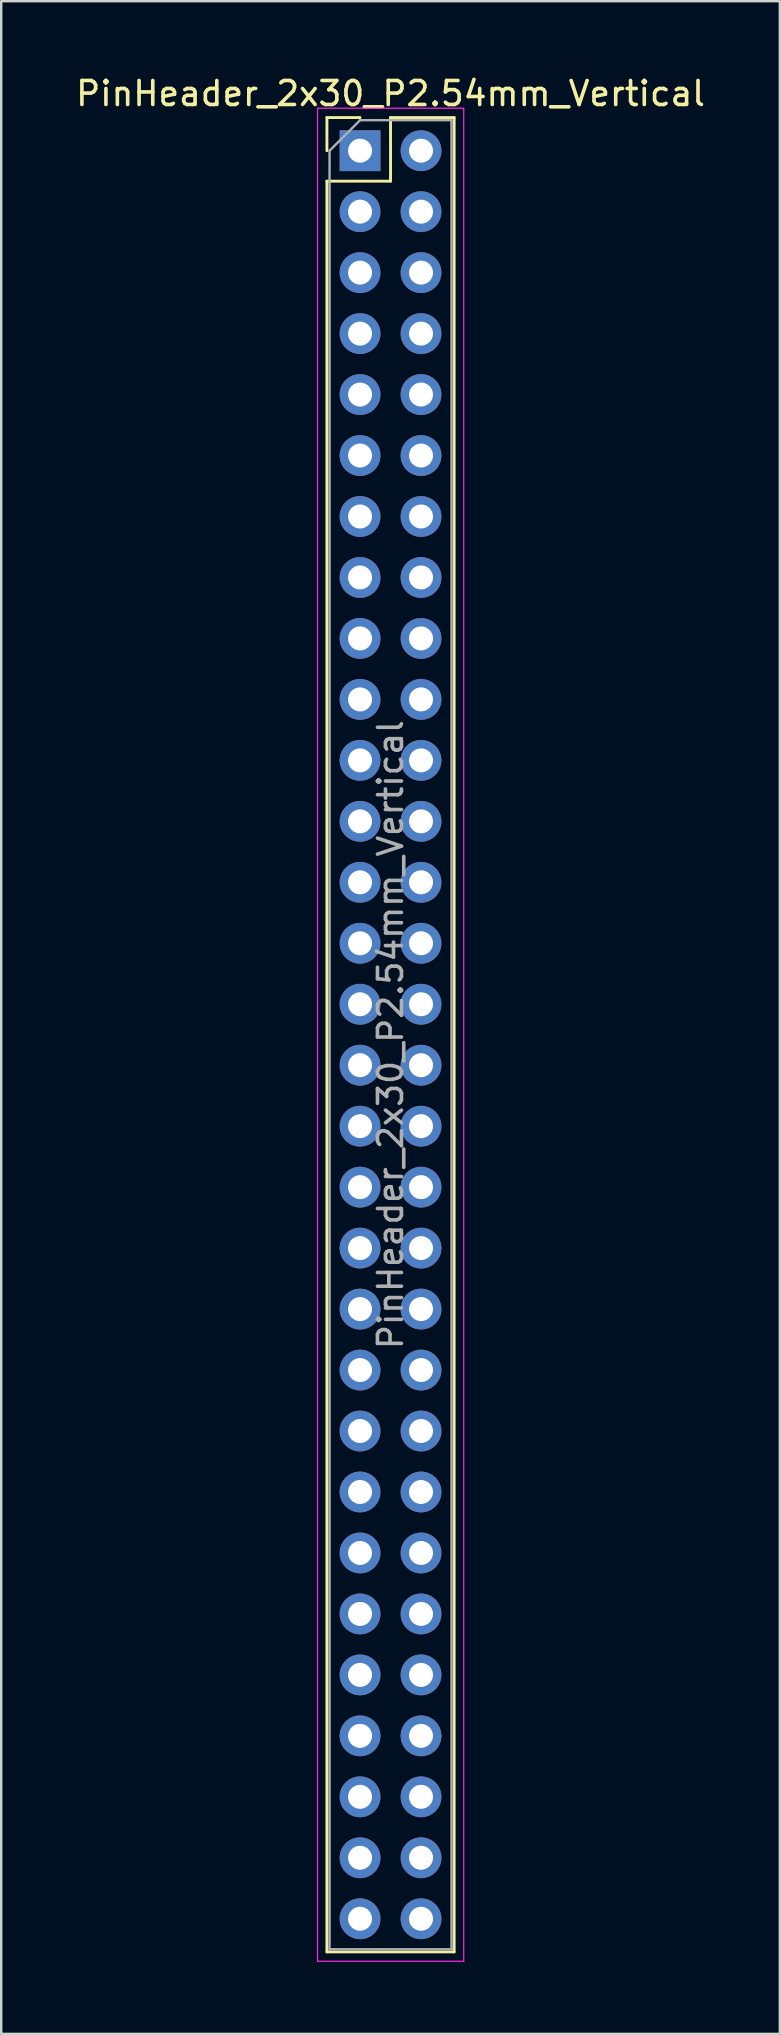
<source format=kicad_pcb>
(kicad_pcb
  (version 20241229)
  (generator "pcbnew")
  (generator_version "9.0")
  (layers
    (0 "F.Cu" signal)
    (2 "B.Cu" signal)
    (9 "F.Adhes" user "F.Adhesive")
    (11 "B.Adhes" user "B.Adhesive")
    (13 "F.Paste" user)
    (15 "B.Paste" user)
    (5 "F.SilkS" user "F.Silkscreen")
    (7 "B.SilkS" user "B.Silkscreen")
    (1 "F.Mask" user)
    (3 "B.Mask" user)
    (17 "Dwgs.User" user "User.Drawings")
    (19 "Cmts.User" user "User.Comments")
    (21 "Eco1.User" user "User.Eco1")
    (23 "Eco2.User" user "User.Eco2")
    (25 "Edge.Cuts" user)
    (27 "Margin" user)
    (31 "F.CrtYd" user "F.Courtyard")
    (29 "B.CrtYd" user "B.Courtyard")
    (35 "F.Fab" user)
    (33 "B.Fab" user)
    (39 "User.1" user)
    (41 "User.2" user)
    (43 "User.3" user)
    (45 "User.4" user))
  (footprint "PinHeader_2x30_P2.54mm_Vertical"
    (layer "F.Cu")
    (at 11.95 3.228)
    (property "Reference" "PinHeader_2x30_P2.54mm_Vertical" (at 1.27 -2.38 0) (layer "F.SilkS") (effects (font (size 1 1) (thickness 0.15))))
    (attr through_hole)
    (fp_line (start -1.38 -1.38) (end 0 -1.38) (stroke (width 0.12) (type solid)) (layer "F.SilkS"))
    (fp_line (start -1.38 0) (end -1.38 -1.38) (stroke (width 0.12) (type solid)) (layer "F.SilkS"))
    (fp_line (start -1.38 1.27) (end -1.38 75.04) (stroke (width 0.12) (type solid)) (layer "F.SilkS"))
    (fp_line (start -1.38 1.27) (end 1.27 1.27) (stroke (width 0.12) (type solid)) (layer "F.SilkS"))
    (fp_line (start -1.38 75.04) (end 3.92 75.04) (stroke (width 0.12) (type solid)) (layer "F.SilkS"))
    (fp_line (start 1.27 -1.38) (end 3.92 -1.38) (stroke (width 0.12) (type solid)) (layer "F.SilkS"))
    (fp_line (start 1.27 1.27) (end 1.27 -1.38) (stroke (width 0.12) (type solid)) (layer "F.SilkS"))
    (fp_line (start 3.92 -1.38) (end 3.92 75.04) (stroke (width 0.12) (type solid)) (layer "F.SilkS"))
    (fp_line (start -1.77 -1.77) (end -1.77 75.43) (stroke (width 0.05) (type solid)) (layer "F.CrtYd"))
    (fp_line (start -1.77 75.43) (end 4.32 75.43) (stroke (width 0.05) (type solid)) (layer "F.CrtYd"))
    (fp_line (start 4.32 -1.77) (end -1.77 -1.77) (stroke (width 0.05) (type solid)) (layer "F.CrtYd"))
    (fp_line (start 4.32 75.43) (end 4.32 -1.77) (stroke (width 0.05) (type solid)) (layer "F.CrtYd"))
    (fp_line (start -1.27 0) (end 0 -1.27) (stroke (width 0.1) (type solid)) (layer "F.Fab"))
    (fp_line (start -1.27 74.93) (end -1.27 0) (stroke (width 0.1) (type solid)) (layer "F.Fab"))
    (fp_line (start 0 -1.27) (end 3.81 -1.27) (stroke (width 0.1) (type solid)) (layer "F.Fab"))
    (fp_line (start 3.81 -1.27) (end 3.81 74.93) (stroke (width 0.1) (type solid)) (layer "F.Fab"))
    (fp_line (start 3.81 74.93) (end -1.27 74.93) (stroke (width 0.1) (type solid)) (layer "F.Fab"))
    (fp_text user "${REFERENCE}" (at 1.27 36.83 90) (layer "F.Fab") (effects (font (size 1 1) (thickness 0.15))))
    (pad "1" thru_hole rect (at 0 0) (size 1.7 1.7) (drill 1) (layers "*.Cu" "*.Mask"))
    (pad "2" thru_hole circle (at 2.54 0) (size 1.7 1.7) (drill 1) (layers "*.Cu" "*.Mask"))
    (pad "3" thru_hole circle (at 0 2.54) (size 1.7 1.7) (drill 1) (layers "*.Cu" "*.Mask"))
    (pad "4" thru_hole circle (at 2.54 2.54) (size 1.7 1.7) (drill 1) (layers "*.Cu" "*.Mask"))
    (pad "5" thru_hole circle (at 0 5.08) (size 1.7 1.7) (drill 1) (layers "*.Cu" "*.Mask"))
    (pad "6" thru_hole circle (at 2.54 5.08) (size 1.7 1.7) (drill 1) (layers "*.Cu" "*.Mask"))
    (pad "7" thru_hole circle (at 0 7.62) (size 1.7 1.7) (drill 1) (layers "*.Cu" "*.Mask"))
    (pad "8" thru_hole circle (at 2.54 7.62) (size 1.7 1.7) (drill 1) (layers "*.Cu" "*.Mask"))
    (pad "9" thru_hole circle (at 0 10.16) (size 1.7 1.7) (drill 1) (layers "*.Cu" "*.Mask"))
    (pad "10" thru_hole circle (at 2.54 10.16) (size 1.7 1.7) (drill 1) (layers "*.Cu" "*.Mask"))
    (pad "11" thru_hole circle (at 0 12.7) (size 1.7 1.7) (drill 1) (layers "*.Cu" "*.Mask"))
    (pad "12" thru_hole circle (at 2.54 12.7) (size 1.7 1.7) (drill 1) (layers "*.Cu" "*.Mask"))
    (pad "13" thru_hole circle (at 0 15.24) (size 1.7 1.7) (drill 1) (layers "*.Cu" "*.Mask"))
    (pad "14" thru_hole circle (at 2.54 15.24) (size 1.7 1.7) (drill 1) (layers "*.Cu" "*.Mask"))
    (pad "15" thru_hole circle (at 0 17.78) (size 1.7 1.7) (drill 1) (layers "*.Cu" "*.Mask"))
    (pad "16" thru_hole circle (at 2.54 17.78) (size 1.7 1.7) (drill 1) (layers "*.Cu" "*.Mask"))
    (pad "17" thru_hole circle (at 0 20.32) (size 1.7 1.7) (drill 1) (layers "*.Cu" "*.Mask"))
    (pad "18" thru_hole circle (at 2.54 20.32) (size 1.7 1.7) (drill 1) (layers "*.Cu" "*.Mask"))
    (pad "19" thru_hole circle (at 0 22.86) (size 1.7 1.7) (drill 1) (layers "*.Cu" "*.Mask"))
    (pad "20" thru_hole circle (at 2.54 22.86) (size 1.7 1.7) (drill 1) (layers "*.Cu" "*.Mask"))
    (pad "21" thru_hole circle (at 0 25.4) (size 1.7 1.7) (drill 1) (layers "*.Cu" "*.Mask"))
    (pad "22" thru_hole circle (at 2.54 25.4) (size 1.7 1.7) (drill 1) (layers "*.Cu" "*.Mask"))
    (pad "23" thru_hole circle (at 0 27.94) (size 1.7 1.7) (drill 1) (layers "*.Cu" "*.Mask"))
    (pad "24" thru_hole circle (at 2.54 27.94) (size 1.7 1.7) (drill 1) (layers "*.Cu" "*.Mask"))
    (pad "25" thru_hole circle (at 0 30.48) (size 1.7 1.7) (drill 1) (layers "*.Cu" "*.Mask"))
    (pad "26" thru_hole circle (at 2.54 30.48) (size 1.7 1.7) (drill 1) (layers "*.Cu" "*.Mask"))
    (pad "27" thru_hole circle (at 0 33.02) (size 1.7 1.7) (drill 1) (layers "*.Cu" "*.Mask"))
    (pad "28" thru_hole circle (at 2.54 33.02) (size 1.7 1.7) (drill 1) (layers "*.Cu" "*.Mask"))
    (pad "29" thru_hole circle (at 0 35.56) (size 1.7 1.7) (drill 1) (layers "*.Cu" "*.Mask"))
    (pad "30" thru_hole circle (at 2.54 35.56) (size 1.7 1.7) (drill 1) (layers "*.Cu" "*.Mask"))
    (pad "31" thru_hole circle (at 0 38.1) (size 1.7 1.7) (drill 1) (layers "*.Cu" "*.Mask"))
    (pad "32" thru_hole circle (at 2.54 38.1) (size 1.7 1.7) (drill 1) (layers "*.Cu" "*.Mask"))
    (pad "33" thru_hole circle (at 0 40.64) (size 1.7 1.7) (drill 1) (layers "*.Cu" "*.Mask"))
    (pad "34" thru_hole circle (at 2.54 40.64) (size 1.7 1.7) (drill 1) (layers "*.Cu" "*.Mask"))
    (pad "35" thru_hole circle (at 0 43.18) (size 1.7 1.7) (drill 1) (layers "*.Cu" "*.Mask"))
    (pad "36" thru_hole circle (at 2.54 43.18) (size 1.7 1.7) (drill 1) (layers "*.Cu" "*.Mask"))
    (pad "37" thru_hole circle (at 0 45.72) (size 1.7 1.7) (drill 1) (layers "*.Cu" "*.Mask"))
    (pad "38" thru_hole circle (at 2.54 45.72) (size 1.7 1.7) (drill 1) (layers "*.Cu" "*.Mask"))
    (pad "39" thru_hole circle (at 0 48.26) (size 1.7 1.7) (drill 1) (layers "*.Cu" "*.Mask"))
    (pad "40" thru_hole circle (at 2.54 48.26) (size 1.7 1.7) (drill 1) (layers "*.Cu" "*.Mask"))
    (pad "41" thru_hole circle (at 0 50.8) (size 1.7 1.7) (drill 1) (layers "*.Cu" "*.Mask"))
    (pad "42" thru_hole circle (at 2.54 50.8) (size 1.7 1.7) (drill 1) (layers "*.Cu" "*.Mask"))
    (pad "43" thru_hole circle (at 0 53.34) (size 1.7 1.7) (drill 1) (layers "*.Cu" "*.Mask"))
    (pad "44" thru_hole circle (at 2.54 53.34) (size 1.7 1.7) (drill 1) (layers "*.Cu" "*.Mask"))
    (pad "45" thru_hole circle (at 0 55.88) (size 1.7 1.7) (drill 1) (layers "*.Cu" "*.Mask"))
    (pad "46" thru_hole circle (at 2.54 55.88) (size 1.7 1.7) (drill 1) (layers "*.Cu" "*.Mask"))
    (pad "47" thru_hole circle (at 0 58.42) (size 1.7 1.7) (drill 1) (layers "*.Cu" "*.Mask"))
    (pad "48" thru_hole circle (at 2.54 58.42) (size 1.7 1.7) (drill 1) (layers "*.Cu" "*.Mask"))
    (pad "49" thru_hole circle (at 0 60.96) (size 1.7 1.7) (drill 1) (layers "*.Cu" "*.Mask"))
    (pad "50" thru_hole circle (at 2.54 60.96) (size 1.7 1.7) (drill 1) (layers "*.Cu" "*.Mask"))
    (pad "51" thru_hole circle (at 0 63.5) (size 1.7 1.7) (drill 1) (layers "*.Cu" "*.Mask"))
    (pad "52" thru_hole circle (at 2.54 63.5) (size 1.7 1.7) (drill 1) (layers "*.Cu" "*.Mask"))
    (pad "53" thru_hole circle (at 0 66.04) (size 1.7 1.7) (drill 1) (layers "*.Cu" "*.Mask"))
    (pad "54" thru_hole circle (at 2.54 66.04) (size 1.7 1.7) (drill 1) (layers "*.Cu" "*.Mask"))
    (pad "55" thru_hole circle (at 0 68.58) (size 1.7 1.7) (drill 1) (layers "*.Cu" "*.Mask"))
    (pad "56" thru_hole circle (at 2.54 68.58) (size 1.7 1.7) (drill 1) (layers "*.Cu" "*.Mask"))
    (pad "57" thru_hole circle (at 0 71.12) (size 1.7 1.7) (drill 1) (layers "*.Cu" "*.Mask"))
    (pad "58" thru_hole circle (at 2.54 71.12) (size 1.7 1.7) (drill 1) (layers "*.Cu" "*.Mask"))
    (pad "59" thru_hole circle (at 0 73.66) (size 1.7 1.7) (drill 1) (layers "*.Cu" "*.Mask"))
    (pad "60" thru_hole circle (at 2.54 73.66) (size 1.7 1.7) (drill 1) (layers "*.Cu" "*.Mask")))
  (gr_rect
    (start -3 -3)
    (end 29.44 81.683)
    (stroke (width 0.1) (type default))
    (fill no)
    (layer "Edge.Cuts")))
</source>
